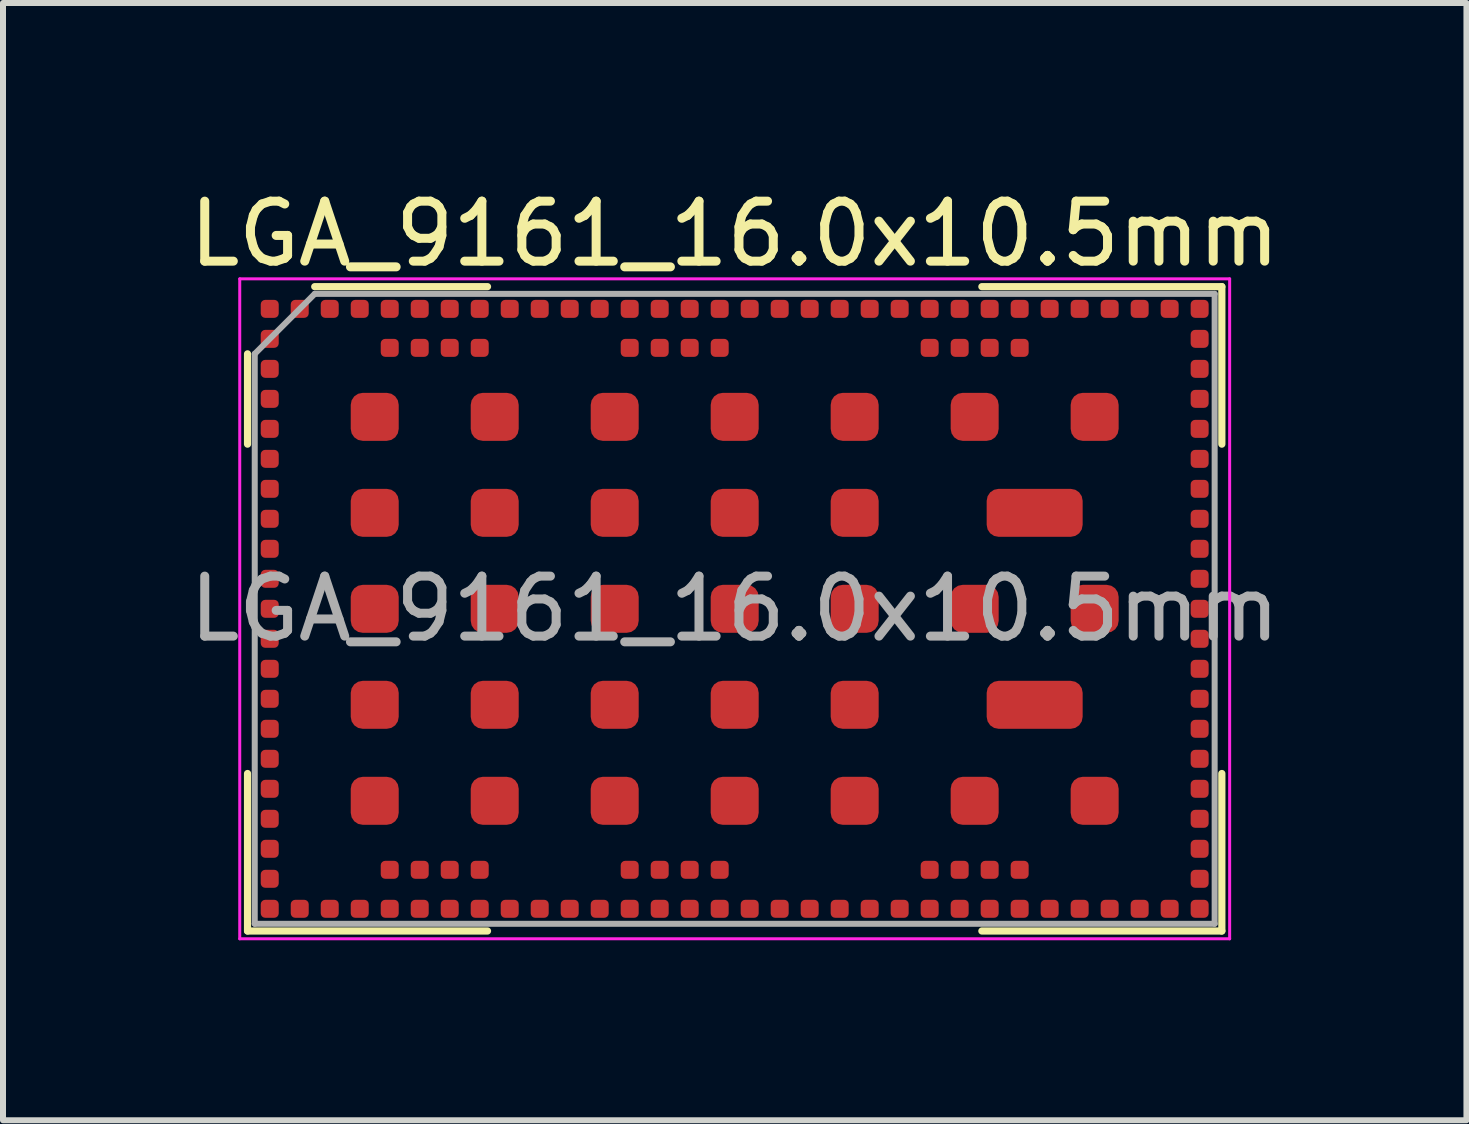
<source format=kicad_pcb>
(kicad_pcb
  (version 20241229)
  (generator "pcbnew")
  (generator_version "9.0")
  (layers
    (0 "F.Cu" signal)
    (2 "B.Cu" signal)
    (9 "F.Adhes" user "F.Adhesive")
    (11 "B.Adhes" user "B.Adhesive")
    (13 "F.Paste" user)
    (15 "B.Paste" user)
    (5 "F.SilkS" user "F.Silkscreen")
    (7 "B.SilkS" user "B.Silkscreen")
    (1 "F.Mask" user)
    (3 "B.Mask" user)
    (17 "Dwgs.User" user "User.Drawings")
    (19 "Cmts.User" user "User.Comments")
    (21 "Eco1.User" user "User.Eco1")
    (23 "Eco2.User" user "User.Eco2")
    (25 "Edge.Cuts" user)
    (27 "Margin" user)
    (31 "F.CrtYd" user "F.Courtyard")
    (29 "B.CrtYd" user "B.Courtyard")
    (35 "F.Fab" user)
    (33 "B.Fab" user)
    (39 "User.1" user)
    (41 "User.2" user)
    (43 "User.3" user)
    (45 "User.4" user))
  (footprint "LGA_9161_16.0x10.5mm"
    (layer "F.Cu")
    (at 9.196 7.098)
    (property "Reference" "LGA_9161_16.0x10.5mm" (at 0 -6.25 0) (layer "F.SilkS") (effects (font (size 1 1) (thickness 0.15))))
    (attr smd)
    (fp_line (start -8.12 -4.25) (end -8.12 -2.745) (stroke (width 0.12) (type default)) (layer "F.SilkS"))
    (fp_line (start -8.12 5.37) (end -8.12 2.745) (stroke (width 0.12) (type default)) (layer "F.SilkS"))
    (fp_line (start -4.12 -5.37) (end -7 -5.37) (stroke (width 0.12) (type default)) (layer "F.SilkS"))
    (fp_line (start -4.12 5.37) (end -8.12 5.37) (stroke (width 0.12) (type default)) (layer "F.SilkS"))
    (fp_line (start 4.12 -5.37) (end 8.12 -5.37) (stroke (width 0.12) (type default)) (layer "F.SilkS"))
    (fp_line (start 4.12 5.37) (end 8.12 5.37) (stroke (width 0.12) (type default)) (layer "F.SilkS"))
    (fp_line (start 8.12 -5.37) (end 8.12 -2.745) (stroke (width 0.12) (type default)) (layer "F.SilkS"))
    (fp_line (start 8.12 5.37) (end 8.12 2.745) (stroke (width 0.12) (type default)) (layer "F.SilkS"))
    (fp_line (start -8.25 -5.5) (end 8.25 -5.5) (stroke (width 0.05) (type default)) (layer "F.CrtYd"))
    (fp_line (start -8.25 5.5) (end -8.25 -5.5) (stroke (width 0.05) (type default)) (layer "F.CrtYd"))
    (fp_line (start 8.25 -5.5) (end 8.25 5.5) (stroke (width 0.05) (type default)) (layer "F.CrtYd"))
    (fp_line (start 8.25 5.5) (end -8.25 5.5) (stroke (width 0.05) (type default)) (layer "F.CrtYd"))
    (fp_line (start -8 -4.25) (end -8 5.25) (stroke (width 0.1) (type default)) (layer "F.Fab"))
    (fp_line (start -8 5.25) (end 8 5.25) (stroke (width 0.1) (type default)) (layer "F.Fab"))
    (fp_line (start -7 -5.25) (end -8 -4.25) (stroke (width 0.1) (type default)) (layer "F.Fab"))
    (fp_line (start 8 -5.25) (end -7 -5.25) (stroke (width 0.1) (type default)) (layer "F.Fab"))
    (fp_line (start 8 5.25) (end 8 -5.25) (stroke (width 0.1) (type default)) (layer "F.Fab"))
    (fp_text user "${REFERENCE}" (at 0 0 0) (layer "F.Fab") (effects (font (size 1 1) (thickness 0.15))))
    (pad "1" smd roundrect (at -7.75 -5) (size 0.3 0.3) (layers "F.Cu" "F.Mask" "F.Paste") (roundrect_rratio 0.25))
    (pad "2" smd roundrect (at -7.75 -4.5) (size 0.3 0.3) (layers "F.Cu" "F.Mask" "F.Paste") (roundrect_rratio 0.25))
    (pad "3" smd roundrect (at -7.75 -4) (size 0.3 0.3) (layers "F.Cu" "F.Mask" "F.Paste") (roundrect_rratio 0.25))
    (pad "4" smd roundrect (at -7.75 -3.5) (size 0.3 0.3) (layers "F.Cu" "F.Mask" "F.Paste") (roundrect_rratio 0.25))
    (pad "5" smd roundrect (at -7.75 -3) (size 0.3 0.3) (layers "F.Cu" "F.Mask" "F.Paste") (roundrect_rratio 0.25))
    (pad "6" smd roundrect (at -7.75 -2.5) (size 0.3 0.3) (layers "F.Cu" "F.Mask" "F.Paste") (roundrect_rratio 0.25))
    (pad "7" smd roundrect (at -7.75 -2) (size 0.3 0.3) (layers "F.Cu" "F.Mask" "F.Paste") (roundrect_rratio 0.25))
    (pad "8" smd roundrect (at -7.75 -1.5) (size 0.3 0.3) (layers "F.Cu" "F.Mask" "F.Paste") (roundrect_rratio 0.25))
    (pad "9" smd roundrect (at -7.75 -1) (size 0.3 0.3) (layers "F.Cu" "F.Mask" "F.Paste") (roundrect_rratio 0.25))
    (pad "10" smd roundrect (at -7.75 -0.5) (size 0.3 0.3) (layers "F.Cu" "F.Mask" "F.Paste") (roundrect_rratio 0.25))
    (pad "11" smd roundrect (at -7.75 0) (size 0.3 0.3) (layers "F.Cu" "F.Mask" "F.Paste") (roundrect_rratio 0.25))
    (pad "12" smd roundrect (at -7.75 0.5) (size 0.3 0.3) (layers "F.Cu" "F.Mask" "F.Paste") (roundrect_rratio 0.25))
    (pad "13" smd roundrect (at -7.75 1) (size 0.3 0.3) (layers "F.Cu" "F.Mask" "F.Paste") (roundrect_rratio 0.25))
    (pad "14" smd roundrect (at -7.75 1.5) (size 0.3 0.3) (layers "F.Cu" "F.Mask" "F.Paste") (roundrect_rratio 0.25))
    (pad "15" smd roundrect (at -7.75 2) (size 0.3 0.3) (layers "F.Cu" "F.Mask" "F.Paste") (roundrect_rratio 0.25))
    (pad "16" smd roundrect (at -7.75 2.5) (size 0.3 0.3) (layers "F.Cu" "F.Mask" "F.Paste") (roundrect_rratio 0.25))
    (pad "17" smd roundrect (at -7.75 3) (size 0.3 0.3) (layers "F.Cu" "F.Mask" "F.Paste") (roundrect_rratio 0.25))
    (pad "18" smd roundrect (at -7.75 3.5) (size 0.3 0.3) (layers "F.Cu" "F.Mask" "F.Paste") (roundrect_rratio 0.25))
    (pad "19" smd roundrect (at -7.75 4) (size 0.3 0.3) (layers "F.Cu" "F.Mask" "F.Paste") (roundrect_rratio 0.25))
    (pad "20" smd roundrect (at -7.75 4.5) (size 0.3 0.3) (layers "F.Cu" "F.Mask" "F.Paste") (roundrect_rratio 0.25))
    (pad "21" smd roundrect (at -7.75 5) (size 0.3 0.3) (layers "F.Cu" "F.Mask" "F.Paste") (roundrect_rratio 0.25))
    (pad "22" smd roundrect (at -7.25 5) (size 0.3 0.3) (layers "F.Cu" "F.Mask" "F.Paste") (roundrect_rratio 0.25))
    (pad "23" smd roundrect (at -6.75 5) (size 0.3 0.3) (layers "F.Cu" "F.Mask" "F.Paste") (roundrect_rratio 0.25))
    (pad "24" smd roundrect (at -6.25 5) (size 0.3 0.3) (layers "F.Cu" "F.Mask" "F.Paste") (roundrect_rratio 0.25))
    (pad "25" smd roundrect (at -5.75 5) (size 0.3 0.3) (layers "F.Cu" "F.Mask" "F.Paste") (roundrect_rratio 0.25))
    (pad "26" smd roundrect (at -5.25 5) (size 0.3 0.3) (layers "F.Cu" "F.Mask" "F.Paste") (roundrect_rratio 0.25))
    (pad "27" smd roundrect (at -4.75 5) (size 0.3 0.3) (layers "F.Cu" "F.Mask" "F.Paste") (roundrect_rratio 0.25))
    (pad "28" smd roundrect (at -4.25 5) (size 0.3 0.3) (layers "F.Cu" "F.Mask" "F.Paste") (roundrect_rratio 0.25))
    (pad "29" smd roundrect (at -3.75 5) (size 0.3 0.3) (layers "F.Cu" "F.Mask" "F.Paste") (roundrect_rratio 0.25))
    (pad "30" smd roundrect (at -3.25 5) (size 0.3 0.3) (layers "F.Cu" "F.Mask" "F.Paste") (roundrect_rratio 0.25))
    (pad "31" smd roundrect (at -2.75 5) (size 0.3 0.3) (layers "F.Cu" "F.Mask" "F.Paste") (roundrect_rratio 0.25))
    (pad "32" smd roundrect (at -2.25 5) (size 0.3 0.3) (layers "F.Cu" "F.Mask" "F.Paste") (roundrect_rratio 0.25))
    (pad "33" smd roundrect (at -1.75 5) (size 0.3 0.3) (layers "F.Cu" "F.Mask" "F.Paste") (roundrect_rratio 0.25))
    (pad "34" smd roundrect (at -1.25 5) (size 0.3 0.3) (layers "F.Cu" "F.Mask" "F.Paste") (roundrect_rratio 0.25))
    (pad "35" smd roundrect (at -0.75 5) (size 0.3 0.3) (layers "F.Cu" "F.Mask" "F.Paste") (roundrect_rratio 0.25))
    (pad "36" smd roundrect (at -0.25 5) (size 0.3 0.3) (layers "F.Cu" "F.Mask" "F.Paste") (roundrect_rratio 0.25))
    (pad "37" smd roundrect (at 0.25 5) (size 0.3 0.3) (layers "F.Cu" "F.Mask" "F.Paste") (roundrect_rratio 0.25))
    (pad "38" smd roundrect (at 0.75 5) (size 0.3 0.3) (layers "F.Cu" "F.Mask" "F.Paste") (roundrect_rratio 0.25))
    (pad "39" smd roundrect (at 1.25 5) (size 0.3 0.3) (layers "F.Cu" "F.Mask" "F.Paste") (roundrect_rratio 0.25))
    (pad "40" smd roundrect (at 1.75 5) (size 0.3 0.3) (layers "F.Cu" "F.Mask" "F.Paste") (roundrect_rratio 0.25))
    (pad "41" smd roundrect (at 2.25 5) (size 0.3 0.3) (layers "F.Cu" "F.Mask" "F.Paste") (roundrect_rratio 0.25))
    (pad "42" smd roundrect (at 2.75 5) (size 0.3 0.3) (layers "F.Cu" "F.Mask" "F.Paste") (roundrect_rratio 0.25))
    (pad "43" smd roundrect (at 3.25 5) (size 0.3 0.3) (layers "F.Cu" "F.Mask" "F.Paste") (roundrect_rratio 0.25))
    (pad "44" smd roundrect (at 3.75 5) (size 0.3 0.3) (layers "F.Cu" "F.Mask" "F.Paste") (roundrect_rratio 0.25))
    (pad "45" smd roundrect (at 4.25 5) (size 0.3 0.3) (layers "F.Cu" "F.Mask" "F.Paste") (roundrect_rratio 0.25))
    (pad "46" smd roundrect (at 4.75 5) (size 0.3 0.3) (layers "F.Cu" "F.Mask" "F.Paste") (roundrect_rratio 0.25))
    (pad "47" smd roundrect (at 5.25 5) (size 0.3 0.3) (layers "F.Cu" "F.Mask" "F.Paste") (roundrect_rratio 0.25))
    (pad "48" smd roundrect (at 5.75 5) (size 0.3 0.3) (layers "F.Cu" "F.Mask" "F.Paste") (roundrect_rratio 0.25))
    (pad "49" smd roundrect (at 6.25 5) (size 0.3 0.3) (layers "F.Cu" "F.Mask" "F.Paste") (roundrect_rratio 0.25))
    (pad "50" smd roundrect (at 6.75 5) (size 0.3 0.3) (layers "F.Cu" "F.Mask" "F.Paste") (roundrect_rratio 0.25))
    (pad "51" smd roundrect (at 7.25 5) (size 0.3 0.3) (layers "F.Cu" "F.Mask" "F.Paste") (roundrect_rratio 0.25))
    (pad "52" smd roundrect (at 7.75 5) (size 0.3 0.3) (layers "F.Cu" "F.Mask" "F.Paste") (roundrect_rratio 0.25))
    (pad "53" smd roundrect (at 7.75 4.5) (size 0.3 0.3) (layers "F.Cu" "F.Mask" "F.Paste") (roundrect_rratio 0.25))
    (pad "54" smd roundrect (at 7.75 4) (size 0.3 0.3) (layers "F.Cu" "F.Mask" "F.Paste") (roundrect_rratio 0.25))
    (pad "55" smd roundrect (at 7.75 3.5) (size 0.3 0.3) (layers "F.Cu" "F.Mask" "F.Paste") (roundrect_rratio 0.25))
    (pad "56" smd roundrect (at 7.75 3) (size 0.3 0.3) (layers "F.Cu" "F.Mask" "F.Paste") (roundrect_rratio 0.25))
    (pad "57" smd roundrect (at 7.75 2.5) (size 0.3 0.3) (layers "F.Cu" "F.Mask" "F.Paste") (roundrect_rratio 0.25))
    (pad "58" smd roundrect (at 7.75 2) (size 0.3 0.3) (layers "F.Cu" "F.Mask" "F.Paste") (roundrect_rratio 0.25))
    (pad "59" smd roundrect (at 7.75 1.5) (size 0.3 0.3) (layers "F.Cu" "F.Mask" "F.Paste") (roundrect_rratio 0.25))
    (pad "60" smd roundrect (at 7.75 1) (size 0.3 0.3) (layers "F.Cu" "F.Mask" "F.Paste") (roundrect_rratio 0.25))
    (pad "61" smd roundrect (at 7.75 0.5) (size 0.3 0.3) (layers "F.Cu" "F.Mask" "F.Paste") (roundrect_rratio 0.25))
    (pad "62" smd roundrect (at 7.75 0) (size 0.3 0.3) (layers "F.Cu" "F.Mask" "F.Paste") (roundrect_rratio 0.25))
    (pad "63" smd roundrect (at 7.75 -0.5) (size 0.3 0.3) (layers "F.Cu" "F.Mask" "F.Paste") (roundrect_rratio 0.25))
    (pad "64" smd roundrect (at 7.75 -1) (size 0.3 0.3) (layers "F.Cu" "F.Mask" "F.Paste") (roundrect_rratio 0.25))
    (pad "65" smd roundrect (at 7.75 -1.5) (size 0.3 0.3) (layers "F.Cu" "F.Mask" "F.Paste") (roundrect_rratio 0.25))
    (pad "66" smd roundrect (at 7.75 -2) (size 0.3 0.3) (layers "F.Cu" "F.Mask" "F.Paste") (roundrect_rratio 0.25))
    (pad "67" smd roundrect (at 7.75 -2.5) (size 0.3 0.3) (layers "F.Cu" "F.Mask" "F.Paste") (roundrect_rratio 0.25))
    (pad "68" smd roundrect (at 7.75 -3) (size 0.3 0.3) (layers "F.Cu" "F.Mask" "F.Paste") (roundrect_rratio 0.25))
    (pad "69" smd roundrect (at 7.75 -3.5) (size 0.3 0.3) (layers "F.Cu" "F.Mask" "F.Paste") (roundrect_rratio 0.25))
    (pad "70" smd roundrect (at 7.75 -4) (size 0.3 0.3) (layers "F.Cu" "F.Mask" "F.Paste") (roundrect_rratio 0.25))
    (pad "71" smd roundrect (at 7.75 -4.5) (size 0.3 0.3) (layers "F.Cu" "F.Mask" "F.Paste") (roundrect_rratio 0.25))
    (pad "72" smd roundrect (at 7.75 -5) (size 0.3 0.3) (layers "F.Cu" "F.Mask" "F.Paste") (roundrect_rratio 0.25))
    (pad "73" smd roundrect (at 7.25 -5) (size 0.3 0.3) (layers "F.Cu" "F.Mask" "F.Paste") (roundrect_rratio 0.25))
    (pad "74" smd roundrect (at 6.75 -5) (size 0.3 0.3) (layers "F.Cu" "F.Mask" "F.Paste") (roundrect_rratio 0.25))
    (pad "75" smd roundrect (at 6.25 -5) (size 0.3 0.3) (layers "F.Cu" "F.Mask" "F.Paste") (roundrect_rratio 0.25))
    (pad "76" smd roundrect (at 5.75 -5) (size 0.3 0.3) (layers "F.Cu" "F.Mask" "F.Paste") (roundrect_rratio 0.25))
    (pad "77" smd roundrect (at 5.25 -5) (size 0.3 0.3) (layers "F.Cu" "F.Mask" "F.Paste") (roundrect_rratio 0.25))
    (pad "78" smd roundrect (at 4.75 -5) (size 0.3 0.3) (layers "F.Cu" "F.Mask" "F.Paste") (roundrect_rratio 0.25))
    (pad "79" smd roundrect (at 4.25 -5) (size 0.3 0.3) (layers "F.Cu" "F.Mask" "F.Paste") (roundrect_rratio 0.25))
    (pad "80" smd roundrect (at 3.75 -5) (size 0.3 0.3) (layers "F.Cu" "F.Mask" "F.Paste") (roundrect_rratio 0.25))
    (pad "81" smd roundrect (at 3.25 -5) (size 0.3 0.3) (layers "F.Cu" "F.Mask" "F.Paste") (roundrect_rratio 0.25))
    (pad "82" smd roundrect (at 2.75 -5) (size 0.3 0.3) (layers "F.Cu" "F.Mask" "F.Paste") (roundrect_rratio 0.25))
    (pad "83" smd roundrect (at 2.25 -5) (size 0.3 0.3) (layers "F.Cu" "F.Mask" "F.Paste") (roundrect_rratio 0.25))
    (pad "84" smd roundrect (at 1.75 -5) (size 0.3 0.3) (layers "F.Cu" "F.Mask" "F.Paste") (roundrect_rratio 0.25))
    (pad "85" smd roundrect (at 1.25 -5) (size 0.3 0.3) (layers "F.Cu" "F.Mask" "F.Paste") (roundrect_rratio 0.25))
    (pad "86" smd roundrect (at 0.75 -5) (size 0.3 0.3) (layers "F.Cu" "F.Mask" "F.Paste") (roundrect_rratio 0.25))
    (pad "87" smd roundrect (at 0.25 -5) (size 0.3 0.3) (layers "F.Cu" "F.Mask" "F.Paste") (roundrect_rratio 0.25))
    (pad "88" smd roundrect (at -0.25 -5) (size 0.3 0.3) (layers "F.Cu" "F.Mask" "F.Paste") (roundrect_rratio 0.25))
    (pad "89" smd roundrect (at -0.75 -5) (size 0.3 0.3) (layers "F.Cu" "F.Mask" "F.Paste") (roundrect_rratio 0.25))
    (pad "90" smd roundrect (at -1.25 -5) (size 0.3 0.3) (layers "F.Cu" "F.Mask" "F.Paste") (roundrect_rratio 0.25))
    (pad "91" smd roundrect (at -1.75 -5) (size 0.3 0.3) (layers "F.Cu" "F.Mask" "F.Paste") (roundrect_rratio 0.25))
    (pad "92" smd roundrect (at -2.25 -5) (size 0.3 0.3) (layers "F.Cu" "F.Mask" "F.Paste") (roundrect_rratio 0.25))
    (pad "93" smd roundrect (at -2.75 -5) (size 0.3 0.3) (layers "F.Cu" "F.Mask" "F.Paste") (roundrect_rratio 0.25))
    (pad "94" smd roundrect (at -3.25 -5) (size 0.3 0.3) (layers "F.Cu" "F.Mask" "F.Paste") (roundrect_rratio 0.25))
    (pad "95" smd roundrect (at -3.75 -5) (size 0.3 0.3) (layers "F.Cu" "F.Mask" "F.Paste") (roundrect_rratio 0.25))
    (pad "96" smd roundrect (at -4.25 -5) (size 0.3 0.3) (layers "F.Cu" "F.Mask" "F.Paste") (roundrect_rratio 0.25))
    (pad "97" smd roundrect (at -4.75 -5) (size 0.3 0.3) (layers "F.Cu" "F.Mask" "F.Paste") (roundrect_rratio 0.25))
    (pad "98" smd roundrect (at -5.25 -5) (size 0.3 0.3) (layers "F.Cu" "F.Mask" "F.Paste") (roundrect_rratio 0.25))
    (pad "99" smd roundrect (at -5.75 -5) (size 0.3 0.3) (layers "F.Cu" "F.Mask" "F.Paste") (roundrect_rratio 0.25))
    (pad "100" smd roundrect (at -6.25 -5) (size 0.3 0.3) (layers "F.Cu" "F.Mask" "F.Paste") (roundrect_rratio 0.25))
    (pad "101" smd roundrect (at -6.75 -5) (size 0.3 0.3) (layers "F.Cu" "F.Mask" "F.Paste") (roundrect_rratio 0.25))
    (pad "102" smd roundrect (at -7.25 -5) (size 0.3 0.3) (layers "F.Cu" "F.Mask" "F.Paste") (roundrect_rratio 0.25))
    (pad "103" smd roundrect (at -6 -3.2) (size 0.8 0.8) (layers "F.Cu" "F.Mask" "F.Paste") (roundrect_rratio 0.25))
    (pad "103" smd roundrect (at -6 -1.6) (size 0.8 0.8) (layers "F.Cu" "F.Mask" "F.Paste") (roundrect_rratio 0.25))
    (pad "103" smd roundrect (at -6 0) (size 0.8 0.8) (layers "F.Cu" "F.Mask" "F.Paste") (roundrect_rratio 0.25))
    (pad "103" smd roundrect (at -6 1.6) (size 0.8 0.8) (layers "F.Cu" "F.Mask" "F.Paste") (roundrect_rratio 0.25))
    (pad "103" smd roundrect (at -6 3.2) (size 0.8 0.8) (layers "F.Cu" "F.Mask" "F.Paste") (roundrect_rratio 0.25))
    (pad "103" smd roundrect (at -4 -3.2) (size 0.8 0.8) (layers "F.Cu" "F.Mask" "F.Paste") (roundrect_rratio 0.25))
    (pad "103" smd roundrect (at -4 -1.6) (size 0.8 0.8) (layers "F.Cu" "F.Mask" "F.Paste") (roundrect_rratio 0.25))
    (pad "103" smd roundrect (at -4 0) (size 0.8 0.8) (layers "F.Cu" "F.Mask" "F.Paste") (roundrect_rratio 0.25))
    (pad "103" smd roundrect (at -4 1.6) (size 0.8 0.8) (layers "F.Cu" "F.Mask" "F.Paste") (roundrect_rratio 0.25))
    (pad "103" smd roundrect (at -4 3.2) (size 0.8 0.8) (layers "F.Cu" "F.Mask" "F.Paste") (roundrect_rratio 0.25))
    (pad "103" smd roundrect (at -2 -3.2) (size 0.8 0.8) (layers "F.Cu" "F.Mask" "F.Paste") (roundrect_rratio 0.25))
    (pad "103" smd roundrect (at -2 -1.6) (size 0.8 0.8) (layers "F.Cu" "F.Mask" "F.Paste") (roundrect_rratio 0.25))
    (pad "103" smd roundrect (at -2 0) (size 0.8 0.8) (layers "F.Cu" "F.Mask" "F.Paste") (roundrect_rratio 0.25))
    (pad "103" smd roundrect (at -2 1.6) (size 0.8 0.8) (layers "F.Cu" "F.Mask" "F.Paste") (roundrect_rratio 0.25))
    (pad "103" smd roundrect (at -2 3.2) (size 0.8 0.8) (layers "F.Cu" "F.Mask" "F.Paste") (roundrect_rratio 0.25))
    (pad "103" smd roundrect (at 0 -3.2) (size 0.8 0.8) (layers "F.Cu" "F.Mask" "F.Paste") (roundrect_rratio 0.25))
    (pad "103" smd roundrect (at 0 -1.6) (size 0.8 0.8) (layers "F.Cu" "F.Mask" "F.Paste") (roundrect_rratio 0.25))
    (pad "103" smd roundrect (at 0 0) (size 0.8 0.8) (layers "F.Cu" "F.Mask" "F.Paste") (roundrect_rratio 0.25))
    (pad "103" smd roundrect (at 0 1.6) (size 0.8 0.8) (layers "F.Cu" "F.Mask" "F.Paste") (roundrect_rratio 0.25))
    (pad "103" smd roundrect (at 0 3.2) (size 0.8 0.8) (layers "F.Cu" "F.Mask" "F.Paste") (roundrect_rratio 0.25))
    (pad "103" smd roundrect (at 2 -3.2) (size 0.8 0.8) (layers "F.Cu" "F.Mask" "F.Paste") (roundrect_rratio 0.25))
    (pad "103" smd roundrect (at 2 -1.6) (size 0.8 0.8) (layers "F.Cu" "F.Mask" "F.Paste") (roundrect_rratio 0.25))
    (pad "103" smd roundrect (at 2 0) (size 0.8 0.8) (layers "F.Cu" "F.Mask" "F.Paste") (roundrect_rratio 0.25))
    (pad "103" smd roundrect (at 2 1.6) (size 0.8 0.8) (layers "F.Cu" "F.Mask" "F.Paste") (roundrect_rratio 0.25))
    (pad "103" smd roundrect (at 2 3.2) (size 0.8 0.8) (layers "F.Cu" "F.Mask" "F.Paste") (roundrect_rratio 0.25))
    (pad "103" smd roundrect (at 4 -3.2) (size 0.8 0.8) (layers "F.Cu" "F.Mask" "F.Paste") (roundrect_rratio 0.25))
    (pad "103" smd roundrect (at 4 0) (size 0.8 0.8) (layers "F.Cu" "F.Mask" "F.Paste") (roundrect_rratio 0.25))
    (pad "103" smd roundrect (at 4 3.2) (size 0.8 0.8) (layers "F.Cu" "F.Mask" "F.Paste") (roundrect_rratio 0.25))
    (pad "103" smd roundrect (at 5 -1.6) (size 1.6 0.8) (layers "F.Cu" "F.Mask" "F.Paste") (roundrect_rratio 0.25))
    (pad "103" smd roundrect (at 5 1.6) (size 1.6 0.8) (layers "F.Cu" "F.Mask" "F.Paste") (roundrect_rratio 0.25))
    (pad "103" smd roundrect (at 6 -3.2) (size 0.8 0.8) (layers "F.Cu" "F.Mask" "F.Paste") (roundrect_rratio 0.25))
    (pad "103" smd roundrect (at 6 0) (size 0.8 0.8) (layers "F.Cu" "F.Mask" "F.Paste") (roundrect_rratio 0.25))
    (pad "103" smd roundrect (at 6 3.2) (size 0.8 0.8) (layers "F.Cu" "F.Mask" "F.Paste") (roundrect_rratio 0.25))
    (pad "104" smd roundrect (at -5.75 4.35) (size 0.3 0.3) (layers "F.Cu" "F.Mask" "F.Paste") (roundrect_rratio 0.25))
    (pad "105" smd roundrect (at -5.25 4.35) (size 0.3 0.3) (layers "F.Cu" "F.Mask" "F.Paste") (roundrect_rratio 0.25))
    (pad "106" smd roundrect (at -4.75 4.35) (size 0.3 0.3) (layers "F.Cu" "F.Mask" "F.Paste") (roundrect_rratio 0.25))
    (pad "107" smd roundrect (at -4.25 4.35) (size 0.3 0.3) (layers "F.Cu" "F.Mask" "F.Paste") (roundrect_rratio 0.25))
    (pad "108" smd roundrect (at -1.75 4.35) (size 0.3 0.3) (layers "F.Cu" "F.Mask" "F.Paste") (roundrect_rratio 0.25))
    (pad "109" smd roundrect (at -1.25 4.35) (size 0.3 0.3) (layers "F.Cu" "F.Mask" "F.Paste") (roundrect_rratio 0.25))
    (pad "110" smd roundrect (at -0.75 4.35) (size 0.3 0.3) (layers "F.Cu" "F.Mask" "F.Paste") (roundrect_rratio 0.25))
    (pad "111" smd roundrect (at -0.25 4.35) (size 0.3 0.3) (layers "F.Cu" "F.Mask" "F.Paste") (roundrect_rratio 0.25))
    (pad "112" smd roundrect (at 3.25 4.35) (size 0.3 0.3) (layers "F.Cu" "F.Mask" "F.Paste") (roundrect_rratio 0.25))
    (pad "113" smd roundrect (at 3.75 4.35) (size 0.3 0.3) (layers "F.Cu" "F.Mask" "F.Paste") (roundrect_rratio 0.25))
    (pad "114" smd roundrect (at 4.25 4.35) (size 0.3 0.3) (layers "F.Cu" "F.Mask" "F.Paste") (roundrect_rratio 0.25))
    (pad "115" smd roundrect (at 4.75 4.35) (size 0.3 0.3) (layers "F.Cu" "F.Mask" "F.Paste") (roundrect_rratio 0.25))
    (pad "116" smd roundrect (at 4.75 -4.35) (size 0.3 0.3) (layers "F.Cu" "F.Mask" "F.Paste") (roundrect_rratio 0.25))
    (pad "117" smd roundrect (at 4.25 -4.35) (size 0.3 0.3) (layers "F.Cu" "F.Mask" "F.Paste") (roundrect_rratio 0.25))
    (pad "118" smd roundrect (at 3.75 -4.35) (size 0.3 0.3) (layers "F.Cu" "F.Mask" "F.Paste") (roundrect_rratio 0.25))
    (pad "119" smd roundrect (at 3.25 -4.35) (size 0.3 0.3) (layers "F.Cu" "F.Mask" "F.Paste") (roundrect_rratio 0.25))
    (pad "120" smd roundrect (at -0.25 -4.35) (size 0.3 0.3) (layers "F.Cu" "F.Mask" "F.Paste") (roundrect_rratio 0.25))
    (pad "121" smd roundrect (at -0.75 -4.35) (size 0.3 0.3) (layers "F.Cu" "F.Mask" "F.Paste") (roundrect_rratio 0.25))
    (pad "122" smd roundrect (at -1.25 -4.35) (size 0.3 0.3) (layers "F.Cu" "F.Mask" "F.Paste") (roundrect_rratio 0.25))
    (pad "123" smd roundrect (at -1.75 -4.35) (size 0.3 0.3) (layers "F.Cu" "F.Mask" "F.Paste") (roundrect_rratio 0.25))
    (pad "124" smd roundrect (at -4.25 -4.35) (size 0.3 0.3) (layers "F.Cu" "F.Mask" "F.Paste") (roundrect_rratio 0.25))
    (pad "125" smd roundrect (at -4.75 -4.35) (size 0.3 0.3) (layers "F.Cu" "F.Mask" "F.Paste") (roundrect_rratio 0.25))
    (pad "126" smd roundrect (at -5.25 -4.35) (size 0.3 0.3) (layers "F.Cu" "F.Mask" "F.Paste") (roundrect_rratio 0.25))
    (pad "127" smd roundrect (at -5.75 -4.35) (size 0.3 0.3) (layers "F.Cu" "F.Mask" "F.Paste") (roundrect_rratio 0.25)))
  (gr_rect
    (start -3 -3)
    (end 21.393 15.623)
    (stroke (width 0.1) (type default))
    (fill no)
    (layer "Edge.Cuts")))
</source>
